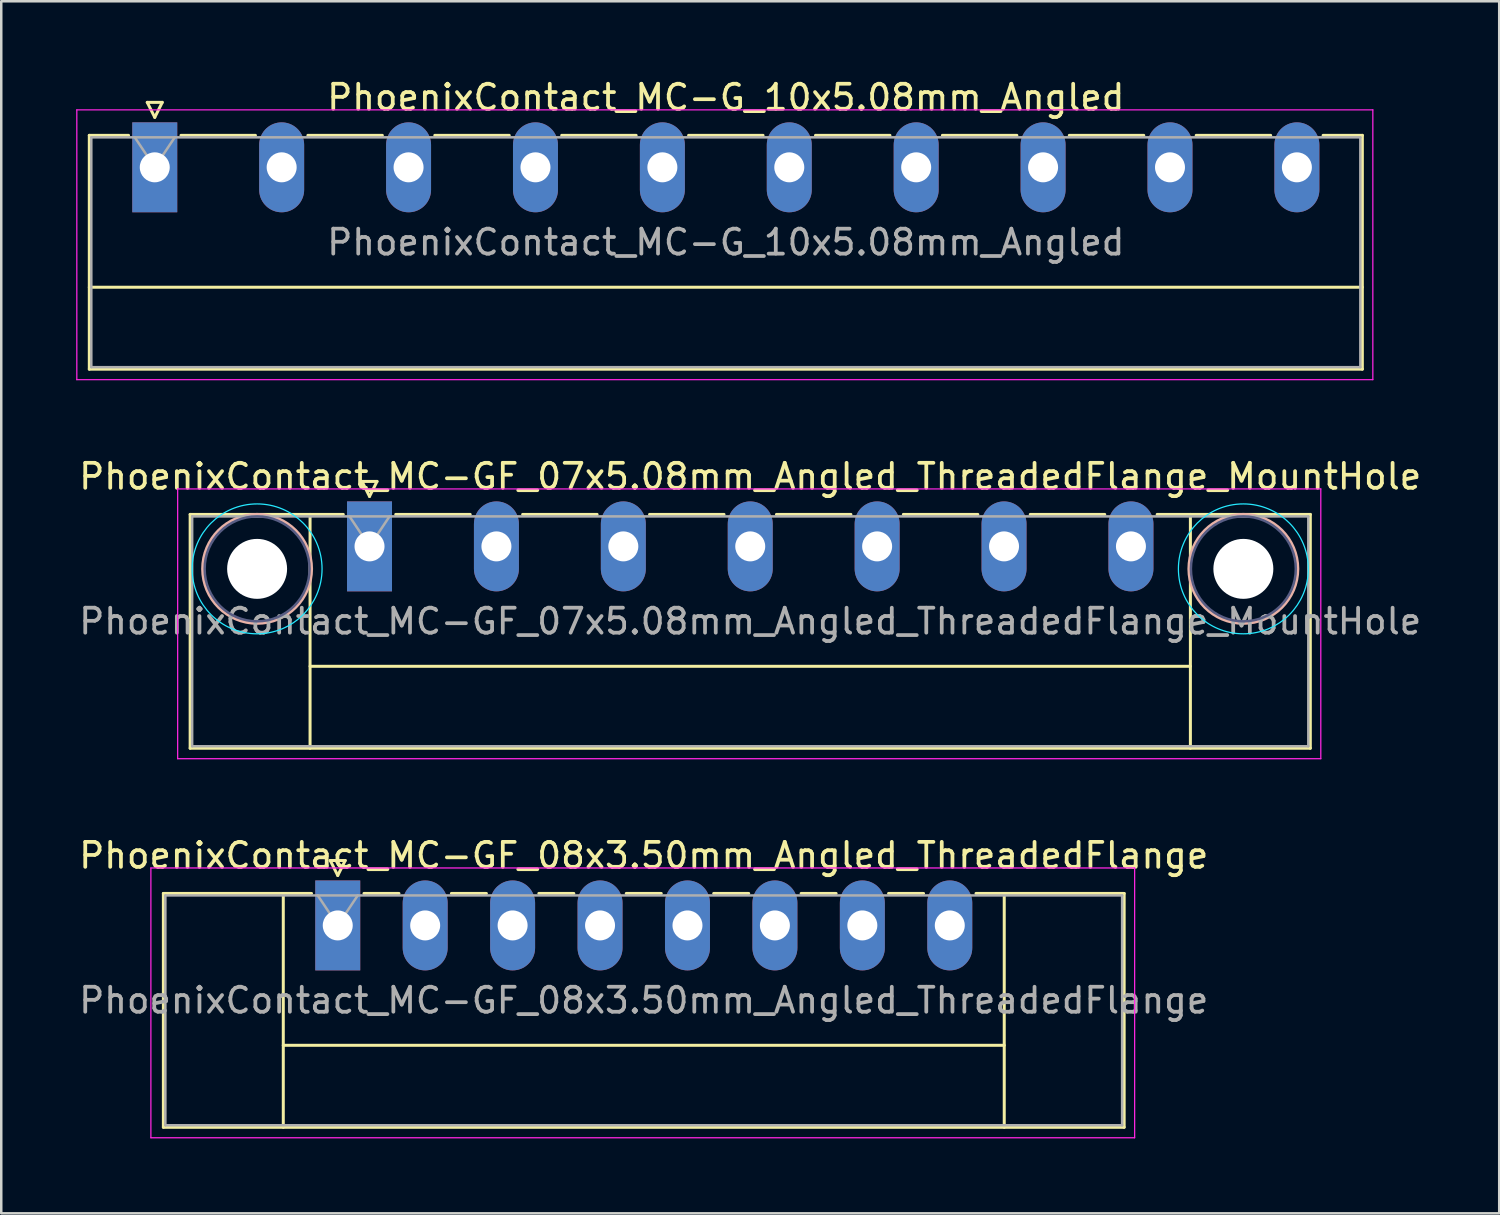
<source format=kicad_pcb>
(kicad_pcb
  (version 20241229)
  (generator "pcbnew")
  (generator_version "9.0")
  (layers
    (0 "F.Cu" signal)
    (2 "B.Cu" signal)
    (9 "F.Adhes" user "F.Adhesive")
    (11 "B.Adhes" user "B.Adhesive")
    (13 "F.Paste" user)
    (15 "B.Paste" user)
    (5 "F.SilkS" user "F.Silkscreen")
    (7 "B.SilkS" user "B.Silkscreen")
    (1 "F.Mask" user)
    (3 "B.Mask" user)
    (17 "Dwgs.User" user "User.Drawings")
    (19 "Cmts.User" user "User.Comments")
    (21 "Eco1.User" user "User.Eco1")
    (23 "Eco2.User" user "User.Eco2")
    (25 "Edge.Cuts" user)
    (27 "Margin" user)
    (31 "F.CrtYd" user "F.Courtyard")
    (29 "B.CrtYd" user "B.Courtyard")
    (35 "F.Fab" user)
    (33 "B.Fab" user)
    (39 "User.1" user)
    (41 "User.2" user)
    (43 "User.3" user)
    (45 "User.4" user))
  (footprint "PhoenixContact_MC-GF_08x3.50mm_Angled_ThreadedFlange"
    (layer "F.Cu")
    (at 10.47 33.995)
    (property "Reference" "PhoenixContact_MC-GF_08x3.50mm_Angled_ThreadedFlange" (at 12.25 -2.8 0) (layer "F.SilkS") (effects (font (size 1 1) (thickness 0.15))))
    (attr through_hole)
    (fp_line (start -6.98 -1.28) (end -6.98 8.08) (stroke (width 0.12) (type solid)) (layer "F.SilkS"))
    (fp_line (start -6.98 -1.28) (end -1.05 -1.28) (stroke (width 0.12) (type solid)) (layer "F.SilkS"))
    (fp_line (start -6.98 8.08) (end 31.48 8.08) (stroke (width 0.12) (type solid)) (layer "F.SilkS"))
    (fp_line (start -2.18 -1.28) (end -2.18 8.08) (stroke (width 0.12) (type solid)) (layer "F.SilkS"))
    (fp_line (start -2.18 4.8) (end 26.68 4.8) (stroke (width 0.12) (type solid)) (layer "F.SilkS"))
    (fp_line (start -0.3 -2.6) (end 0.3 -2.6) (stroke (width 0.12) (type solid)) (layer "F.SilkS"))
    (fp_line (start 0 -2) (end -0.3 -2.6) (stroke (width 0.12) (type solid)) (layer "F.SilkS"))
    (fp_line (start 0.3 -2.6) (end 0 -2) (stroke (width 0.12) (type solid)) (layer "F.SilkS"))
    (fp_line (start 1.05 -1.28) (end 2.45 -1.28) (stroke (width 0.12) (type solid)) (layer "F.SilkS"))
    (fp_line (start 4.55 -1.28) (end 5.95 -1.28) (stroke (width 0.12) (type solid)) (layer "F.SilkS"))
    (fp_line (start 8.05 -1.28) (end 9.45 -1.28) (stroke (width 0.12) (type solid)) (layer "F.SilkS"))
    (fp_line (start 11.55 -1.28) (end 12.95 -1.28) (stroke (width 0.12) (type solid)) (layer "F.SilkS"))
    (fp_line (start 15.05 -1.28) (end 16.45 -1.28) (stroke (width 0.12) (type solid)) (layer "F.SilkS"))
    (fp_line (start 18.55 -1.28) (end 19.95 -1.28) (stroke (width 0.12) (type solid)) (layer "F.SilkS"))
    (fp_line (start 22.05 -1.28) (end 23.45 -1.28) (stroke (width 0.12) (type solid)) (layer "F.SilkS"))
    (fp_line (start 26.68 -1.28) (end 26.68 8.08) (stroke (width 0.12) (type solid)) (layer "F.SilkS"))
    (fp_line (start 31.48 -1.28) (end 25.55 -1.28) (stroke (width 0.12) (type solid)) (layer "F.SilkS"))
    (fp_line (start 31.48 8.08) (end 31.48 -1.28) (stroke (width 0.12) (type solid)) (layer "F.SilkS"))
    (fp_line (start -7.48 -2.3) (end -7.48 8.5) (stroke (width 0.05) (type solid)) (layer "F.CrtYd"))
    (fp_line (start -7.48 8.5) (end 31.9 8.5) (stroke (width 0.05) (type solid)) (layer "F.CrtYd"))
    (fp_line (start 31.9 -2.3) (end -7.48 -2.3) (stroke (width 0.05) (type solid)) (layer "F.CrtYd"))
    (fp_line (start 31.9 8.5) (end 31.9 -2.3) (stroke (width 0.05) (type solid)) (layer "F.CrtYd"))
    (fp_line (start -6.9 -1.2) (end -6.9 8) (stroke (width 0.1) (type solid)) (layer "F.Fab"))
    (fp_line (start -6.9 8) (end 31.4 8) (stroke (width 0.1) (type solid)) (layer "F.Fab"))
    (fp_line (start 0 0) (end -0.8 -1.2) (stroke (width 0.1) (type solid)) (layer "F.Fab"))
    (fp_line (start 0.8 -1.2) (end 0 0) (stroke (width 0.1) (type solid)) (layer "F.Fab"))
    (fp_line (start 31.4 -1.2) (end -6.9 -1.2) (stroke (width 0.1) (type solid)) (layer "F.Fab"))
    (fp_line (start 31.4 8) (end 31.4 -1.2) (stroke (width 0.1) (type solid)) (layer "F.Fab"))
    (fp_text user "${REFERENCE}" (at 12.25 3 0) (layer "F.Fab") (effects (font (size 1 1) (thickness 0.15))))
    (pad "1" thru_hole rect (at 0 0) (size 1.8 3.6) (drill 1.2) (layers "*.Cu" "*.Mask"))
    (pad "2" thru_hole oval (at 3.5 0) (size 1.8 3.6) (drill 1.2) (layers "*.Cu" "*.Mask"))
    (pad "3" thru_hole oval (at 7 0) (size 1.8 3.6) (drill 1.2) (layers "*.Cu" "*.Mask"))
    (pad "4" thru_hole oval (at 10.5 0) (size 1.8 3.6) (drill 1.2) (layers "*.Cu" "*.Mask"))
    (pad "5" thru_hole oval (at 14 0) (size 1.8 3.6) (drill 1.2) (layers "*.Cu" "*.Mask"))
    (pad "6" thru_hole oval (at 17.5 0) (size 1.8 3.6) (drill 1.2) (layers "*.Cu" "*.Mask"))
    (pad "7" thru_hole oval (at 21 0) (size 1.8 3.6) (drill 1.2) (layers "*.Cu" "*.Mask"))
    (pad "8" thru_hole oval (at 24.5 0) (size 1.8 3.6) (drill 1.2) (layers "*.Cu" "*.Mask")))
  (footprint "PhoenixContact_MC-G_10x5.08mm_Angled"
    (layer "F.Cu")
    (at 3.145 3.648)
    (property "Reference" "PhoenixContact_MC-G_10x5.08mm_Angled" (at 22.86 -2.8 0) (layer "F.SilkS") (effects (font (size 1 1) (thickness 0.15))))
    (attr through_hole)
    (fp_line (start -2.62 -1.28) (end -2.62 8.08) (stroke (width 0.12) (type solid)) (layer "F.SilkS"))
    (fp_line (start -2.62 -1.28) (end -1.05 -1.28) (stroke (width 0.12) (type solid)) (layer "F.SilkS"))
    (fp_line (start -2.62 4.8) (end 48.34 4.8) (stroke (width 0.12) (type solid)) (layer "F.SilkS"))
    (fp_line (start -2.62 8.08) (end 48.34 8.08) (stroke (width 0.12) (type solid)) (layer "F.SilkS"))
    (fp_line (start -0.3 -2.6) (end 0.3 -2.6) (stroke (width 0.12) (type solid)) (layer "F.SilkS"))
    (fp_line (start 0 -2) (end -0.3 -2.6) (stroke (width 0.12) (type solid)) (layer "F.SilkS"))
    (fp_line (start 0.3 -2.6) (end 0 -2) (stroke (width 0.12) (type solid)) (layer "F.SilkS"))
    (fp_line (start 1.05 -1.28) (end 4.03 -1.28) (stroke (width 0.12) (type solid)) (layer "F.SilkS"))
    (fp_line (start 6.13 -1.28) (end 9.11 -1.28) (stroke (width 0.12) (type solid)) (layer "F.SilkS"))
    (fp_line (start 11.21 -1.28) (end 14.19 -1.28) (stroke (width 0.12) (type solid)) (layer "F.SilkS"))
    (fp_line (start 16.29 -1.28) (end 19.27 -1.28) (stroke (width 0.12) (type solid)) (layer "F.SilkS"))
    (fp_line (start 21.37 -1.28) (end 24.35 -1.28) (stroke (width 0.12) (type solid)) (layer "F.SilkS"))
    (fp_line (start 26.45 -1.28) (end 29.43 -1.28) (stroke (width 0.12) (type solid)) (layer "F.SilkS"))
    (fp_line (start 31.53 -1.28) (end 34.51 -1.28) (stroke (width 0.12) (type solid)) (layer "F.SilkS"))
    (fp_line (start 36.61 -1.28) (end 39.59 -1.28) (stroke (width 0.12) (type solid)) (layer "F.SilkS"))
    (fp_line (start 41.69 -1.28) (end 44.67 -1.28) (stroke (width 0.12) (type solid)) (layer "F.SilkS"))
    (fp_line (start 48.34 -1.28) (end 46.77 -1.28) (stroke (width 0.12) (type solid)) (layer "F.SilkS"))
    (fp_line (start 48.34 8.08) (end 48.34 -1.28) (stroke (width 0.12) (type solid)) (layer "F.SilkS"))
    (fp_line (start -3.12 -2.3) (end -3.12 8.5) (stroke (width 0.05) (type solid)) (layer "F.CrtYd"))
    (fp_line (start -3.12 8.5) (end 48.76 8.5) (stroke (width 0.05) (type solid)) (layer "F.CrtYd"))
    (fp_line (start 48.76 -2.3) (end -3.12 -2.3) (stroke (width 0.05) (type solid)) (layer "F.CrtYd"))
    (fp_line (start 48.76 8.5) (end 48.76 -2.3) (stroke (width 0.05) (type solid)) (layer "F.CrtYd"))
    (fp_line (start -2.54 -1.2) (end -2.54 8) (stroke (width 0.1) (type solid)) (layer "F.Fab"))
    (fp_line (start -2.54 8) (end 48.26 8) (stroke (width 0.1) (type solid)) (layer "F.Fab"))
    (fp_line (start 0 0) (end -0.8 -1.2) (stroke (width 0.1) (type solid)) (layer "F.Fab"))
    (fp_line (start 0.8 -1.2) (end 0 0) (stroke (width 0.1) (type solid)) (layer "F.Fab"))
    (fp_line (start 48.26 -1.2) (end -2.54 -1.2) (stroke (width 0.1) (type solid)) (layer "F.Fab"))
    (fp_line (start 48.26 8) (end 48.26 -1.2) (stroke (width 0.1) (type solid)) (layer "F.Fab"))
    (fp_text user "${REFERENCE}" (at 22.86 3 0) (layer "F.Fab") (effects (font (size 1 1) (thickness 0.15))))
    (pad "1" thru_hole rect (at 0 0) (size 1.8 3.6) (drill 1.2) (layers "*.Cu" "*.Mask"))
    (pad "2" thru_hole oval (at 5.08 0) (size 1.8 3.6) (drill 1.2) (layers "*.Cu" "*.Mask"))
    (pad "3" thru_hole oval (at 10.16 0) (size 1.8 3.6) (drill 1.2) (layers "*.Cu" "*.Mask"))
    (pad "4" thru_hole oval (at 15.24 0) (size 1.8 3.6) (drill 1.2) (layers "*.Cu" "*.Mask"))
    (pad "5" thru_hole oval (at 20.32 0) (size 1.8 3.6) (drill 1.2) (layers "*.Cu" "*.Mask"))
    (pad "6" thru_hole oval (at 25.4 0) (size 1.8 3.6) (drill 1.2) (layers "*.Cu" "*.Mask"))
    (pad "7" thru_hole oval (at 30.48 0) (size 1.8 3.6) (drill 1.2) (layers "*.Cu" "*.Mask"))
    (pad "8" thru_hole oval (at 35.56 0) (size 1.8 3.6) (drill 1.2) (layers "*.Cu" "*.Mask"))
    (pad "9" thru_hole oval (at 40.64 0) (size 1.8 3.6) (drill 1.2) (layers "*.Cu" "*.Mask"))
    (pad "10" thru_hole oval (at 45.72 0) (size 1.8 3.6) (drill 1.2) (layers "*.Cu" "*.Mask")))
  (footprint "PhoenixContact_MC-GF_07x5.08mm_Angled_ThreadedFlange_MountHole"
    (layer "F.Cu")
    (at 11.742 18.822)
    (property "Reference" "PhoenixContact_MC-GF_07x5.08mm_Angled_ThreadedFlange_MountHole" (at 15.24 -2.8 0) (layer "F.SilkS") (effects (font (size 1 1) (thickness 0.15))))
    (attr through_hole)
    (fp_line (start -7.18 -1.28) (end -7.18 8.08) (stroke (width 0.12) (type solid)) (layer "F.SilkS"))
    (fp_line (start -7.18 -1.28) (end -1.05 -1.28) (stroke (width 0.12) (type solid)) (layer "F.SilkS"))
    (fp_line (start -7.18 8.08) (end 37.66 8.08) (stroke (width 0.12) (type solid)) (layer "F.SilkS"))
    (fp_line (start -2.38 -1.28) (end -2.38 8.08) (stroke (width 0.12) (type solid)) (layer "F.SilkS"))
    (fp_line (start -2.38 4.8) (end 32.86 4.8) (stroke (width 0.12) (type solid)) (layer "F.SilkS"))
    (fp_line (start -0.3 -2.6) (end 0.3 -2.6) (stroke (width 0.12) (type solid)) (layer "F.SilkS"))
    (fp_line (start 0 -2) (end -0.3 -2.6) (stroke (width 0.12) (type solid)) (layer "F.SilkS"))
    (fp_line (start 0.3 -2.6) (end 0 -2) (stroke (width 0.12) (type solid)) (layer "F.SilkS"))
    (fp_line (start 1.05 -1.28) (end 4.03 -1.28) (stroke (width 0.12) (type solid)) (layer "F.SilkS"))
    (fp_line (start 6.13 -1.28) (end 9.11 -1.28) (stroke (width 0.12) (type solid)) (layer "F.SilkS"))
    (fp_line (start 11.21 -1.28) (end 14.19 -1.28) (stroke (width 0.12) (type solid)) (layer "F.SilkS"))
    (fp_line (start 16.29 -1.28) (end 19.27 -1.28) (stroke (width 0.12) (type solid)) (layer "F.SilkS"))
    (fp_line (start 21.37 -1.28) (end 24.35 -1.28) (stroke (width 0.12) (type solid)) (layer "F.SilkS"))
    (fp_line (start 26.45 -1.28) (end 29.43 -1.28) (stroke (width 0.12) (type solid)) (layer "F.SilkS"))
    (fp_line (start 32.86 -1.28) (end 32.86 8.08) (stroke (width 0.12) (type solid)) (layer "F.SilkS"))
    (fp_line (start 37.66 -1.28) (end 31.53 -1.28) (stroke (width 0.12) (type solid)) (layer "F.SilkS"))
    (fp_line (start 37.66 8.08) (end 37.66 -1.28) (stroke (width 0.12) (type solid)) (layer "F.SilkS"))
    (fp_circle (center -4.5 0.9) (end -2.32 0.9) (stroke (width 0.12) (type solid)) (fill no) (layer "B.SilkS"))
    (fp_circle (center 34.98 0.9) (end 37.16 0.9) (stroke (width 0.12) (type solid)) (fill no) (layer "B.SilkS"))
    (fp_circle (center -4.5 0.9) (end -1.9 0.9) (stroke (width 0.05) (type solid)) (fill no) (layer "B.CrtYd"))
    (fp_circle (center 34.98 0.9) (end 37.58 0.9) (stroke (width 0.05) (type solid)) (fill no) (layer "B.CrtYd"))
    (fp_line (start -7.68 -2.3) (end -7.68 8.5) (stroke (width 0.05) (type solid)) (layer "F.CrtYd"))
    (fp_line (start -7.68 8.5) (end 38.08 8.5) (stroke (width 0.05) (type solid)) (layer "F.CrtYd"))
    (fp_line (start 38.08 -2.3) (end -7.68 -2.3) (stroke (width 0.05) (type solid)) (layer "F.CrtYd"))
    (fp_line (start 38.08 8.5) (end 38.08 -2.3) (stroke (width 0.05) (type solid)) (layer "F.CrtYd"))
    (fp_circle (center -4.5 0.9) (end -2.4 0.9) (stroke (width 0.1) (type solid)) (fill no) (layer "B.Fab"))
    (fp_circle (center 34.98 0.9) (end 37.08 0.9) (stroke (width 0.1) (type solid)) (fill no) (layer "B.Fab"))
    (fp_line (start -7.1 -1.2) (end -7.1 8) (stroke (width 0.1) (type solid)) (layer "F.Fab"))
    (fp_line (start -7.1 8) (end 37.58 8) (stroke (width 0.1) (type solid)) (layer "F.Fab"))
    (fp_line (start 0 0) (end -0.8 -1.2) (stroke (width 0.1) (type solid)) (layer "F.Fab"))
    (fp_line (start 0.8 -1.2) (end 0 0) (stroke (width 0.1) (type solid)) (layer "F.Fab"))
    (fp_line (start 37.58 -1.2) (end -7.1 -1.2) (stroke (width 0.1) (type solid)) (layer "F.Fab"))
    (fp_line (start 37.58 8) (end 37.58 -1.2) (stroke (width 0.1) (type solid)) (layer "F.Fab"))
    (fp_text user "${REFERENCE}" (at 15.24 3 0) (layer "F.Fab") (effects (font (size 1 1) (thickness 0.15))))
    (pad "" np_thru_hole circle (at -4.5 0.9) (size 2.4 2.4) (drill 2.4) (layers "*.Cu" "*.Mask"))
    (pad "" np_thru_hole circle (at 34.98 0.9) (size 2.4 2.4) (drill 2.4) (layers "*.Cu" "*.Mask"))
    (pad "1" thru_hole rect (at 0 0) (size 1.8 3.6) (drill 1.2) (layers "*.Cu" "*.Mask"))
    (pad "2" thru_hole oval (at 5.08 0) (size 1.8 3.6) (drill 1.2) (layers "*.Cu" "*.Mask"))
    (pad "3" thru_hole oval (at 10.16 0) (size 1.8 3.6) (drill 1.2) (layers "*.Cu" "*.Mask"))
    (pad "4" thru_hole oval (at 15.24 0) (size 1.8 3.6) (drill 1.2) (layers "*.Cu" "*.Mask"))
    (pad "5" thru_hole oval (at 20.32 0) (size 1.8 3.6) (drill 1.2) (layers "*.Cu" "*.Mask"))
    (pad "6" thru_hole oval (at 25.4 0) (size 1.8 3.6) (drill 1.2) (layers "*.Cu" "*.Mask"))
    (pad "7" thru_hole oval (at 30.48 0) (size 1.8 3.6) (drill 1.2) (layers "*.Cu" "*.Mask")))
  (gr_rect
    (start -3 -3)
    (end 56.964 45.52)
    (stroke (width 0.1) (type default))
    (fill no)
    (layer "Edge.Cuts")))
</source>
